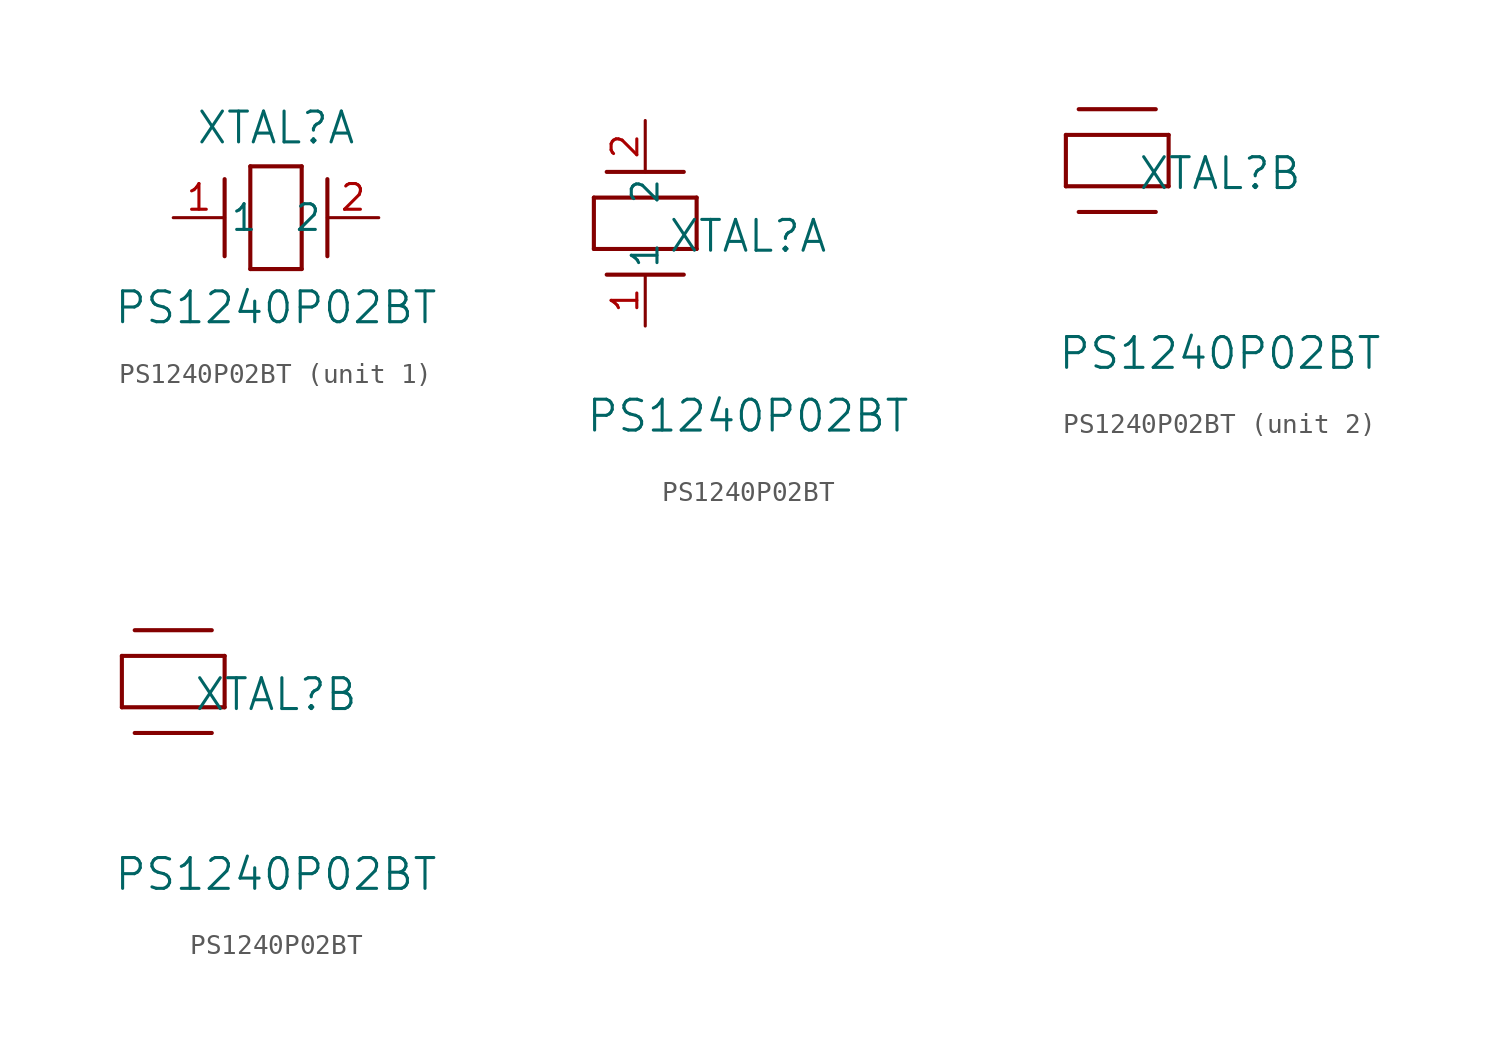
<source format=kicad_sym>
(kicad_symbol_lib
  (version 20211014)
  (generator kicad_symbol_editor)
  (symbol "PS1240P02BT"
    (pin_names
      (offset 0.254))
    (property "Reference" "XTAL"
      (at 5.08 4.445 0)
      (effects (font (size 1.524 1.524))))
    (property "Value" "PS1240P02BT"
      (at 5.08 -4.445 0)
      (effects (font (size 1.524 1.524))))
    (symbol "PS1240P02BT_1_1"
      (polyline (pts (xy 2.54 -1.905) (xy 2.54 1.905)) (stroke (width 0.203) (type default) (color 0 0 0 0)) (fill (type none)))
      (polyline (pts (xy 6.35 2.54) (xy 6.35 -2.54)) (stroke (width 0.203) (type default) (color 0 0 0 0)) (fill (type none)))
      (polyline (pts (xy 7.62 -1.905) (xy 7.62 1.905)) (stroke (width 0.203) (type default) (color 0 0 0 0)) (fill (type none)))
      (polyline (pts (xy 6.35 -2.54) (xy 3.81 -2.54)) (stroke (width 0.203) (type default) (color 0 0 0 0)) (fill (type none)))
      (polyline (pts (xy 3.81 2.54) (xy 6.35 2.54)) (stroke (width 0.203) (type default) (color 0 0 0 0)) (fill (type none)))
      (polyline (pts (xy 3.81 -2.54) (xy 3.81 2.54)) (stroke (width 0.203) (type default) (color 0 0 0 0)) (fill (type none)))
      (pin unspecified line (at 0 0 0) (length 2.54) (name "1" (effects (font (size 1.27 1.27)))) (number "1" (effects (font (size 1.27 1.27)))))
      (pin unspecified line (at 10.16 0 180) (length 2.54) (name "2" (effects (font (size 1.27 1.27)))) (number "2" (effects (font (size 1.27 1.27))))))
    (symbol "PS1240P02BT_1_2"
      (polyline (pts (xy 1.905 7.62) (xy -1.905 7.62)) (stroke (width 0.203) (type default) (color 0 0 0 0)) (fill (type none)))
      (polyline (pts (xy -2.54 3.81) (xy -2.54 6.35)) (stroke (width 0.203) (type default) (color 0 0 0 0)) (fill (type none)))
      (polyline (pts (xy 1.905 2.54) (xy -1.905 2.54)) (stroke (width 0.203) (type default) (color 0 0 0 0)) (fill (type none)))
      (polyline (pts (xy 2.54 6.35) (xy 2.54 3.81)) (stroke (width 0.203) (type default) (color 0 0 0 0)) (fill (type none)))
      (polyline (pts (xy -2.54 6.35) (xy 2.54 6.35)) (stroke (width 0.203) (type default) (color 0 0 0 0)) (fill (type none)))
      (polyline (pts (xy 2.54 3.81) (xy -2.54 3.81)) (stroke (width 0.203) (type default) (color 0 0 0 0)) (fill (type none)))
      (pin unspecified line (at 0 0 90) (length 2.54) (name "1" (effects (font (size 1.27 1.27)))) (number "1" (effects (font (size 1.27 1.27)))))
      (pin unspecified line (at 0 10.16 270) (length 2.54) (name "2" (effects (font (size 1.27 1.27)))) (number "2" (effects (font (size 1.27 1.27))))))
    (symbol "PS1240P02BT_2_1"
      (polyline (pts (xy 1.905 7.62) (xy -1.905 7.62)) (stroke (width 0.203) (type default) (color 0 0 0 0)) (fill (type none)))
      (polyline (pts (xy -2.54 3.81) (xy -2.54 6.35)) (stroke (width 0.203) (type default) (color 0 0 0 0)) (fill (type none)))
      (polyline (pts (xy 1.905 2.54) (xy -1.905 2.54)) (stroke (width 0.203) (type default) (color 0 0 0 0)) (fill (type none)))
      (polyline (pts (xy 2.54 6.35) (xy 2.54 3.81)) (stroke (width 0.203) (type default) (color 0 0 0 0)) (fill (type none)))
      (polyline (pts (xy -2.54 6.35) (xy 2.54 6.35)) (stroke (width 0.203) (type default) (color 0 0 0 0)) (fill (type none)))
      (polyline (pts (xy 2.54 3.81) (xy -2.54 3.81)) (stroke (width 0.203) (type default) (color 0 0 0 0)) (fill (type none))))
    (symbol "PS1240P02BT_2_2"
      (polyline (pts (xy 1.905 7.62) (xy -1.905 7.62)) (stroke (width 0.203) (type default) (color 0 0 0 0)) (fill (type none)))
      (polyline (pts (xy -2.54 3.81) (xy -2.54 6.35)) (stroke (width 0.203) (type default) (color 0 0 0 0)) (fill (type none)))
      (polyline (pts (xy 1.905 2.54) (xy -1.905 2.54)) (stroke (width 0.203) (type default) (color 0 0 0 0)) (fill (type none)))
      (polyline (pts (xy 2.54 6.35) (xy 2.54 3.81)) (stroke (width 0.203) (type default) (color 0 0 0 0)) (fill (type none)))
      (polyline (pts (xy -2.54 6.35) (xy 2.54 6.35)) (stroke (width 0.203) (type default) (color 0 0 0 0)) (fill (type none)))
      (polyline (pts (xy 2.54 3.81) (xy -2.54 3.81)) (stroke (width 0.203) (type default) (color 0 0 0 0)) (fill (type none))))))
</source>
